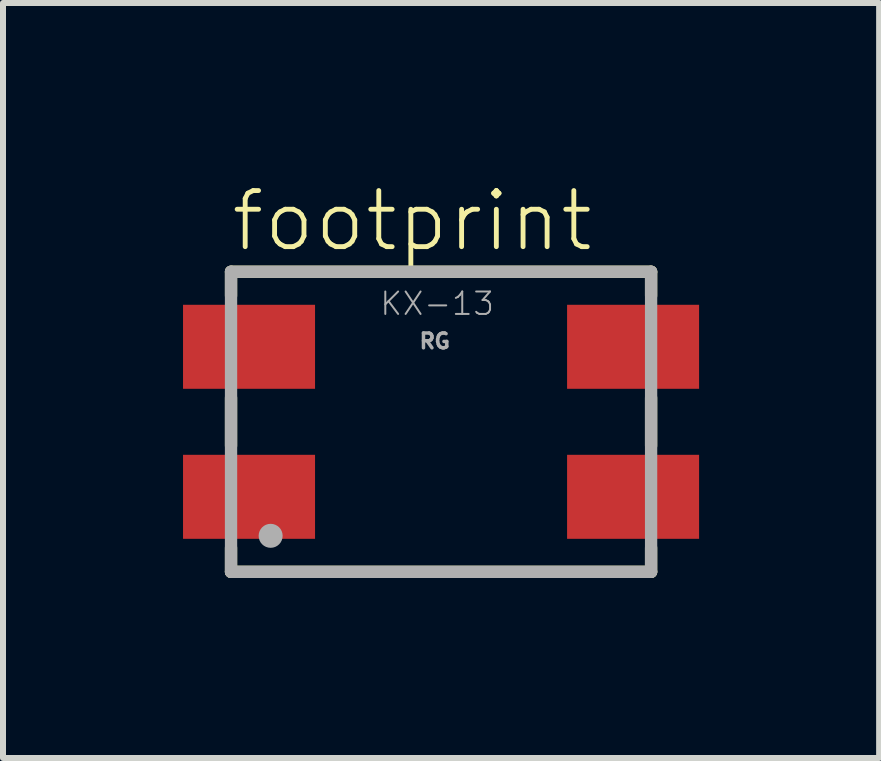
<source format=kicad_pcb>
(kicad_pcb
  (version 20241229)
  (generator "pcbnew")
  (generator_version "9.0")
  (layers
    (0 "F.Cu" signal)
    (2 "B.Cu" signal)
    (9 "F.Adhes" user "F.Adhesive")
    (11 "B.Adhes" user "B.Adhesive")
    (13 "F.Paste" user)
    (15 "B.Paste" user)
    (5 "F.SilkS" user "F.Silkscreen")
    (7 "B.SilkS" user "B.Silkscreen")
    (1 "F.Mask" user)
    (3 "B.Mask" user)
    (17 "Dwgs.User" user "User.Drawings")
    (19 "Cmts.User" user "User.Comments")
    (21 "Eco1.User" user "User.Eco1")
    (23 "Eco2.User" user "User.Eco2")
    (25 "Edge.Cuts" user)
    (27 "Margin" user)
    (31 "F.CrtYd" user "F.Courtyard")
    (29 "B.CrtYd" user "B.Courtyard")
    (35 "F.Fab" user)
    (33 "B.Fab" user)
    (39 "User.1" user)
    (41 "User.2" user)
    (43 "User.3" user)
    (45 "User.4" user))
  (footprint "footprint"
    (layer "F.Cu")
    (at 4.3 3.979)
    (property "Reference" "footprint" (at -3.54 -2.8 0) (layer "F.SilkS") (effects (font (size 0.935 0.935) (thickness 0.081)) (justify left bottom)))
    (fp_line (start -3.5 -2.5) (end 3.5 -2.5) (stroke (width 0.205) (type solid)) (layer "F.SilkS"))
    (fp_line (start -3.5 -2.1) (end -3.5 -2.5) (stroke (width 0.205) (type solid)) (layer "F.SilkS"))
    (fp_line (start -3.5 0.4) (end -3.5 -0.4) (stroke (width 0.205) (type solid)) (layer "F.SilkS"))
    (fp_line (start -3.5 2.1) (end -3.5 2.5) (stroke (width 0.205) (type solid)) (layer "F.SilkS"))
    (fp_line (start -3.5 2.5) (end 3.5 2.5) (stroke (width 0.205) (type solid)) (layer "F.SilkS"))
    (fp_line (start 3.5 -2.5) (end 3.5 -2.1) (stroke (width 0.205) (type solid)) (layer "F.SilkS"))
    (fp_line (start 3.5 0.4) (end 3.5 -0.4) (stroke (width 0.205) (type solid)) (layer "F.SilkS"))
    (fp_line (start 3.5 2.5) (end 3.5 2.1) (stroke (width 0.205) (type solid)) (layer "F.SilkS"))
    (fp_line (start -3.5 -2.5) (end -3.5 2.5) (stroke (width 0.205) (type solid)) (layer "F.Fab"))
    (fp_line (start -3.5 2.5) (end 3.5 2.5) (stroke (width 0.205) (type solid)) (layer "F.Fab"))
    (fp_line (start 3.5 -2.5) (end -3.5 -2.5) (stroke (width 0.205) (type solid)) (layer "F.Fab"))
    (fp_line (start 3.5 2.5) (end 3.5 -2.5) (stroke (width 0.205) (type solid)) (layer "F.Fab"))
    (fp_circle (center -2.84 1.9) (end -2.74 1.9) (stroke (width 0.2) (type solid)) (fill no) (layer "F.Fab"))
    (fp_text user "RG" (at -0.39 -1.2 0) (layer "F.Fab") (effects (font (size 0.247 0.247) (thickness 0.058)) (justify left bottom)))
    (fp_text user "KX-13" (at -1.04 -1.75 0) (layer "F.Fab") (effects (font (size 0.374 0.374) (thickness 0.033)) (justify left bottom)))
    (pad "1" smd rect (at -3.2 1.25) (size 2.2 1.4) (layers "F.Cu" "F.Mask" "F.Paste"))
    (pad "2" smd rect (at 3.2 1.25) (size 2.2 1.4) (layers "F.Cu" "F.Mask" "F.Paste"))
    (pad "3" smd rect (at 3.2 -1.25) (size 2.2 1.4) (layers "F.Cu" "F.Mask" "F.Paste"))
    (pad "4" smd rect (at -3.2 -1.25) (size 2.2 1.4) (layers "F.Cu" "F.Mask" "F.Paste")))
  (gr_rect
    (start -3 -3)
    (end 11.6 9.581)
    (stroke (width 0.1) (type default))
    (fill no)
    (layer "Edge.Cuts")))
</source>
